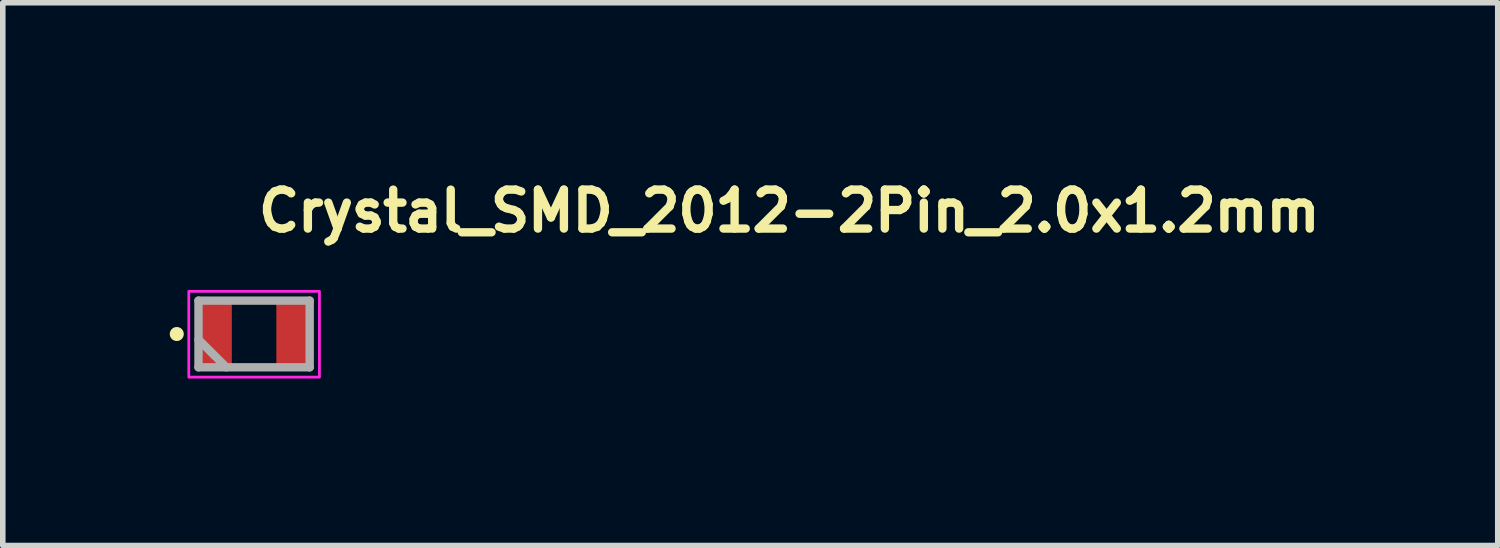
<source format=kicad_pcb>
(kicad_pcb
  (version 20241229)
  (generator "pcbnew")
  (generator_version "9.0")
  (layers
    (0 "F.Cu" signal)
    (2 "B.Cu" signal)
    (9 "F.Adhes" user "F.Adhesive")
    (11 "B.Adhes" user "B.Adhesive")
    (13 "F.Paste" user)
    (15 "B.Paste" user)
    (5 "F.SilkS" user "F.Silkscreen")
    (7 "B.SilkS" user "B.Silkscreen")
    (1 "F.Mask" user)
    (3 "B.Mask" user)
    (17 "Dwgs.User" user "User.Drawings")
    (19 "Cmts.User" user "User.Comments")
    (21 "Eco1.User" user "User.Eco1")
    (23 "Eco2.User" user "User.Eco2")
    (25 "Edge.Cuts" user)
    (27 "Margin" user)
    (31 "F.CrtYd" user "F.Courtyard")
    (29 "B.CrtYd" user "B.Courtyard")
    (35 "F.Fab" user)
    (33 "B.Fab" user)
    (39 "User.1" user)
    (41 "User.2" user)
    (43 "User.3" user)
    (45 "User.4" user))
  (footprint "Crystal_SMD_2012-2Pin_2.0x1.2mm"
    (layer "F.Cu")
    (at 1.516 2.951)
    (property "Reference" "Crystal_SMD_2012-2Pin_2.0x1.2mm" (at 0 -1.801 0) (layer "F.SilkS") (effects (font (size 0.7 0.7) (thickness 0.15)) (justify left bottom)))
    (attr smd)
    (fp_circle (center -1.39 0) (end -1.339 0) (stroke (width 0.15) (type solid)) (fill yes) (layer "F.SilkS"))
    (fp_rect (start -1.174 -0.767) (end 1.173 0.775) (stroke (width 0.05) (type solid)) (fill no) (layer "F.CrtYd"))
    (fp_line (start -1 -0.6) (end -1 0.598) (stroke (width 0.15) (type solid)) (layer "F.Fab"))
    (fp_line (start -1 0.1) (end -0.5 0.598) (stroke (width 0.15) (type solid)) (layer "F.Fab"))
    (fp_line (start -1 0.598) (end 0.998 0.598) (stroke (width 0.15) (type solid)) (layer "F.Fab"))
    (fp_line (start 0.998 -0.6) (end -1 -0.6) (stroke (width 0.15) (type solid)) (layer "F.Fab"))
    (fp_line (start 0.998 0.598) (end 0.998 -0.6) (stroke (width 0.15) (type solid)) (layer "F.Fab"))
    (fp_rect (start -1.004 -0.597) (end 1.003 0.595) (stroke (width 0.1) (type solid)) (fill no) (layer "User.5"))
    (fp_line (start -1.004 -0.522) (end -1 -0.522) (stroke (width 0.02) (type solid)) (layer "User.9"))
    (fp_line (start -1.004 0.52) (end -1.004 -0.522) (stroke (width 0.02) (type solid)) (layer "User.9"))
    (fp_line (start -1 -0.522) (end -0.996 -0.523) (stroke (width 0.02) (type solid)) (layer "User.9"))
    (fp_line (start -1 0.52) (end -1.004 0.52) (stroke (width 0.02) (type solid)) (layer "User.9"))
    (fp_line (start -0.996 -0.523) (end -0.992 -0.523) (stroke (width 0.02) (type solid)) (layer "User.9"))
    (fp_line (start -0.996 0.521) (end -1 0.52) (stroke (width 0.02) (type solid)) (layer "User.9"))
    (fp_line (start -0.992 -0.523) (end -0.988 -0.524) (stroke (width 0.02) (type solid)) (layer "User.9"))
    (fp_line (start -0.992 0.521) (end -0.996 0.521) (stroke (width 0.02) (type solid)) (layer "User.9"))
    (fp_line (start -0.988 -0.524) (end -0.985 -0.525) (stroke (width 0.02) (type solid)) (layer "User.9"))
    (fp_line (start -0.988 0.522) (end -0.992 0.521) (stroke (width 0.02) (type solid)) (layer "User.9"))
    (fp_line (start -0.985 -0.525) (end -0.981 -0.526) (stroke (width 0.02) (type solid)) (layer "User.9"))
    (fp_line (start -0.985 0.523) (end -0.988 0.522) (stroke (width 0.02) (type solid)) (layer "User.9"))
    (fp_line (start -0.981 -0.526) (end -0.978 -0.527) (stroke (width 0.02) (type solid)) (layer "User.9"))
    (fp_line (start -0.981 0.524) (end -0.985 0.523) (stroke (width 0.02) (type solid)) (layer "User.9"))
    (fp_line (start -0.978 -0.527) (end -0.974 -0.528) (stroke (width 0.02) (type solid)) (layer "User.9"))
    (fp_line (start -0.978 0.525) (end -0.981 0.524) (stroke (width 0.02) (type solid)) (layer "User.9"))
    (fp_line (start -0.974 -0.528) (end -0.971 -0.53) (stroke (width 0.02) (type solid)) (layer "User.9"))
    (fp_line (start -0.974 0.526) (end -0.978 0.525) (stroke (width 0.02) (type solid)) (layer "User.9"))
    (fp_line (start -0.971 -0.53) (end -0.967 -0.531) (stroke (width 0.02) (type solid)) (layer "User.9"))
    (fp_line (start -0.971 0.528) (end -0.974 0.526) (stroke (width 0.02) (type solid)) (layer "User.9"))
    (fp_line (start -0.967 -0.531) (end -0.964 -0.533) (stroke (width 0.02) (type solid)) (layer "User.9"))
    (fp_line (start -0.967 0.529) (end -0.971 0.528) (stroke (width 0.02) (type solid)) (layer "User.9"))
    (fp_line (start -0.964 -0.533) (end -0.961 -0.535) (stroke (width 0.02) (type solid)) (layer "User.9"))
    (fp_line (start -0.964 0.531) (end -0.967 0.529) (stroke (width 0.02) (type solid)) (layer "User.9"))
    (fp_line (start -0.961 -0.535) (end -0.959 -0.537) (stroke (width 0.02) (type solid)) (layer "User.9"))
    (fp_line (start -0.961 0.533) (end -0.964 0.531) (stroke (width 0.02) (type solid)) (layer "User.9"))
    (fp_line (start -0.959 -0.537) (end -0.956 -0.54) (stroke (width 0.02) (type solid)) (layer "User.9"))
    (fp_line (start -0.959 0.535) (end -0.961 0.533) (stroke (width 0.02) (type solid)) (layer "User.9"))
    (fp_line (start -0.956 -0.54) (end -0.954 -0.542) (stroke (width 0.02) (type solid)) (layer "User.9"))
    (fp_line (start -0.956 0.538) (end -0.959 0.535) (stroke (width 0.02) (type solid)) (layer "User.9"))
    (fp_line (start -0.954 -0.542) (end -0.951 -0.545) (stroke (width 0.02) (type solid)) (layer "User.9"))
    (fp_line (start -0.954 0.54) (end -0.956 0.538) (stroke (width 0.02) (type solid)) (layer "User.9"))
    (fp_line (start -0.951 -0.545) (end -0.948 -0.547) (stroke (width 0.02) (type solid)) (layer "User.9"))
    (fp_line (start -0.951 0.543) (end -0.954 0.54) (stroke (width 0.02) (type solid)) (layer "User.9"))
    (fp_line (start -0.948 -0.547) (end -0.946 -0.55) (stroke (width 0.02) (type solid)) (layer "User.9"))
    (fp_line (start -0.948 0.545) (end -0.951 0.543) (stroke (width 0.02) (type solid)) (layer "User.9"))
    (fp_line (start -0.946 -0.55) (end -0.944 -0.553) (stroke (width 0.02) (type solid)) (layer "User.9"))
    (fp_line (start -0.946 0.548) (end -0.948 0.545) (stroke (width 0.02) (type solid)) (layer "User.9"))
    (fp_line (start -0.944 -0.553) (end -0.942 -0.556) (stroke (width 0.02) (type solid)) (layer "User.9"))
    (fp_line (start -0.944 0.551) (end -0.946 0.548) (stroke (width 0.02) (type solid)) (layer "User.9"))
    (fp_line (start -0.942 -0.556) (end -0.94 -0.559) (stroke (width 0.02) (type solid)) (layer "User.9"))
    (fp_line (start -0.942 0.554) (end -0.944 0.551) (stroke (width 0.02) (type solid)) (layer "User.9"))
    (fp_line (start -0.94 -0.559) (end -0.938 -0.562) (stroke (width 0.02) (type solid)) (layer "User.9"))
    (fp_line (start -0.94 0.557) (end -0.942 0.554) (stroke (width 0.02) (type solid)) (layer "User.9"))
    (fp_line (start -0.938 -0.562) (end -0.936 -0.565) (stroke (width 0.02) (type solid)) (layer "User.9"))
    (fp_line (start -0.938 0.56) (end -0.94 0.557) (stroke (width 0.02) (type solid)) (layer "User.9"))
    (fp_line (start -0.936 -0.565) (end -0.935 -0.569) (stroke (width 0.02) (type solid)) (layer "User.9"))
    (fp_line (start -0.936 0.563) (end -0.938 0.56) (stroke (width 0.02) (type solid)) (layer "User.9"))
    (fp_line (start -0.935 -0.569) (end -0.933 -0.572) (stroke (width 0.02) (type solid)) (layer "User.9"))
    (fp_line (start -0.935 0.567) (end -0.936 0.563) (stroke (width 0.02) (type solid)) (layer "User.9"))
    (fp_line (start -0.933 -0.572) (end -0.932 -0.576) (stroke (width 0.02) (type solid)) (layer "User.9"))
    (fp_line (start -0.933 0.57) (end -0.935 0.567) (stroke (width 0.02) (type solid)) (layer "User.9"))
    (fp_line (start -0.932 -0.576) (end -0.931 -0.578) (stroke (width 0.02) (type solid)) (layer "User.9"))
    (fp_line (start -0.932 0.574) (end -0.933 0.57) (stroke (width 0.02) (type solid)) (layer "User.9"))
    (fp_line (start -0.931 -0.578) (end -0.93 -0.582) (stroke (width 0.02) (type solid)) (layer "User.9"))
    (fp_line (start -0.931 0.576) (end -0.932 0.574) (stroke (width 0.02) (type solid)) (layer "User.9"))
    (fp_line (start -0.93 -0.582) (end -0.929 -0.586) (stroke (width 0.02) (type solid)) (layer "User.9"))
    (fp_line (start -0.93 0.58) (end -0.931 0.576) (stroke (width 0.02) (type solid)) (layer "User.9"))
    (fp_line (start -0.929 -0.597) (end 0.927 -0.597) (stroke (width 0.02) (type solid)) (layer "User.9"))
    (fp_line (start -0.929 -0.593) (end -0.929 -0.597) (stroke (width 0.02) (type solid)) (layer "User.9"))
    (fp_line (start -0.929 -0.59) (end -0.929 -0.593) (stroke (width 0.02) (type solid)) (layer "User.9"))
    (fp_line (start -0.929 -0.586) (end -0.929 -0.59) (stroke (width 0.02) (type solid)) (layer "User.9"))
    (fp_line (start -0.929 0.584) (end -0.93 0.58) (stroke (width 0.02) (type solid)) (layer "User.9"))
    (fp_line (start -0.929 0.588) (end -0.929 0.584) (stroke (width 0.02) (type solid)) (layer "User.9"))
    (fp_line (start -0.929 0.591) (end -0.929 0.588) (stroke (width 0.02) (type solid)) (layer "User.9"))
    (fp_line (start -0.929 0.595) (end -0.929 0.591) (stroke (width 0.02) (type solid)) (layer "User.9"))
    (fp_line (start -0.916 -0.44) (end -0.916 -0.436) (stroke (width 0.02) (type solid)) (layer "User.9"))
    (fp_line (start -0.916 -0.436) (end -0.916 -0.432) (stroke (width 0.02) (type solid)) (layer "User.9"))
    (fp_line (start -0.916 0.43) (end -0.916 -0.432) (stroke (width 0.02) (type solid)) (layer "User.9"))
    (fp_line (start -0.916 0.43) (end -0.916 0.434) (stroke (width 0.02) (type solid)) (layer "User.9"))
    (fp_line (start -0.916 0.434) (end -0.916 0.438) (stroke (width 0.02) (type solid)) (layer "User.9"))
    (fp_line (start -0.916 0.438) (end -0.915 0.442) (stroke (width 0.02) (type solid)) (layer "User.9"))
    (fp_line (start -0.915 -0.444) (end -0.916 -0.44) (stroke (width 0.02) (type solid)) (layer "User.9"))
    (fp_line (start -0.915 0.442) (end -0.914 0.445) (stroke (width 0.02) (type solid)) (layer "User.9"))
    (fp_line (start -0.914 -0.452) (end -0.914 -0.447) (stroke (width 0.02) (type solid)) (layer "User.9"))
    (fp_line (start -0.914 -0.447) (end -0.915 -0.444) (stroke (width 0.02) (type solid)) (layer "User.9"))
    (fp_line (start -0.914 0.445) (end -0.914 0.45) (stroke (width 0.02) (type solid)) (layer "User.9"))
    (fp_line (start -0.914 0.45) (end -0.913 0.453) (stroke (width 0.02) (type solid)) (layer "User.9"))
    (fp_line (start -0.913 -0.455) (end -0.914 -0.452) (stroke (width 0.02) (type solid)) (layer "User.9"))
    (fp_line (start -0.913 0.453) (end -0.911 0.457) (stroke (width 0.02) (type solid)) (layer "User.9"))
    (fp_line (start -0.911 -0.459) (end -0.913 -0.455) (stroke (width 0.02) (type solid)) (layer "User.9"))
    (fp_line (start -0.911 0.457) (end -0.91 0.46) (stroke (width 0.02) (type solid)) (layer "User.9"))
    (fp_line (start -0.91 -0.462) (end -0.911 -0.459) (stroke (width 0.02) (type solid)) (layer "User.9"))
    (fp_line (start -0.91 0.46) (end -0.909 0.464) (stroke (width 0.02) (type solid)) (layer "User.9"))
    (fp_line (start -0.909 -0.466) (end -0.91 -0.462) (stroke (width 0.02) (type solid)) (layer "User.9"))
    (fp_line (start -0.909 0.464) (end -0.907 0.467) (stroke (width 0.02) (type solid)) (layer "User.9"))
    (fp_line (start -0.907 -0.469) (end -0.909 -0.466) (stroke (width 0.02) (type solid)) (layer "User.9"))
    (fp_line (start -0.907 0.467) (end -0.905 0.47) (stroke (width 0.02) (type solid)) (layer "User.9"))
    (fp_line (start -0.905 -0.472) (end -0.907 -0.469) (stroke (width 0.02) (type solid)) (layer "User.9"))
    (fp_line (start -0.905 0.47) (end -0.903 0.474) (stroke (width 0.02) (type solid)) (layer "User.9"))
    (fp_line (start -0.903 -0.476) (end -0.905 -0.472) (stroke (width 0.02) (type solid)) (layer "User.9"))
    (fp_line (start -0.903 0.474) (end -0.901 0.477) (stroke (width 0.02) (type solid)) (layer "User.9"))
    (fp_line (start -0.901 -0.479) (end -0.903 -0.476) (stroke (width 0.02) (type solid)) (layer "User.9"))
    (fp_line (start -0.901 0.477) (end -0.899 0.479) (stroke (width 0.02) (type solid)) (layer "User.9"))
    (fp_line (start -0.899 -0.481) (end -0.901 -0.479) (stroke (width 0.02) (type solid)) (layer "User.9"))
    (fp_line (start -0.899 0.479) (end -0.895 0.481) (stroke (width 0.02) (type solid)) (layer "User.9"))
    (fp_line (start -0.895 -0.483) (end -0.899 -0.481) (stroke (width 0.02) (type solid)) (layer "User.9"))
    (fp_line (start -0.895 0.481) (end -0.893 0.484) (stroke (width 0.02) (type solid)) (layer "User.9"))
    (fp_line (start -0.893 -0.486) (end -0.895 -0.483) (stroke (width 0.02) (type solid)) (layer "User.9"))
    (fp_line (start -0.893 -0.486) (end -0.893 -0.486) (stroke (width 0.02) (type solid)) (layer "User.9"))
    (fp_line (start -0.893 0.484) (end -0.893 0.484) (stroke (width 0.02) (type solid)) (layer "User.9"))
    (fp_line (start -0.893 0.484) (end -0.89 0.487) (stroke (width 0.02) (type solid)) (layer "User.9"))
    (fp_line (start -0.89 -0.489) (end -0.893 -0.486) (stroke (width 0.02) (type solid)) (layer "User.9"))
    (fp_line (start -0.89 0.487) (end -0.887 0.489) (stroke (width 0.02) (type solid)) (layer "User.9"))
    (fp_line (start -0.887 -0.491) (end -0.89 -0.489) (stroke (width 0.02) (type solid)) (layer "User.9"))
    (fp_line (start -0.887 0.489) (end -0.884 0.492) (stroke (width 0.02) (type solid)) (layer "User.9"))
    (fp_line (start -0.884 -0.494) (end -0.887 -0.491) (stroke (width 0.02) (type solid)) (layer "User.9"))
    (fp_line (start -0.884 0.492) (end -0.881 0.494) (stroke (width 0.02) (type solid)) (layer "User.9"))
    (fp_line (start -0.881 -0.496) (end -0.884 -0.494) (stroke (width 0.02) (type solid)) (layer "User.9"))
    (fp_line (start -0.881 0.494) (end -0.878 0.496) (stroke (width 0.02) (type solid)) (layer "User.9"))
    (fp_line (start -0.878 -0.498) (end -0.881 -0.496) (stroke (width 0.02) (type solid)) (layer "User.9"))
    (fp_line (start -0.878 0.496) (end -0.875 0.498) (stroke (width 0.02) (type solid)) (layer "User.9"))
    (fp_line (start -0.875 -0.5) (end -0.878 -0.498) (stroke (width 0.02) (type solid)) (layer "User.9"))
    (fp_line (start -0.875 0.498) (end -0.871 0.499) (stroke (width 0.02) (type solid)) (layer "User.9"))
    (fp_line (start -0.871 -0.501) (end -0.875 -0.5) (stroke (width 0.02) (type solid)) (layer "User.9"))
    (fp_line (start -0.871 0.499) (end -0.868 0.501) (stroke (width 0.02) (type solid)) (layer "User.9"))
    (fp_line (start -0.868 -0.503) (end -0.871 -0.501) (stroke (width 0.02) (type solid)) (layer "User.9"))
    (fp_line (start -0.868 0.501) (end -0.864 0.502) (stroke (width 0.02) (type solid)) (layer "User.9"))
    (fp_line (start -0.864 -0.504) (end -0.868 -0.503) (stroke (width 0.02) (type solid)) (layer "User.9"))
    (fp_line (start -0.864 0.502) (end -0.861 0.503) (stroke (width 0.02) (type solid)) (layer "User.9"))
    (fp_line (start -0.861 -0.505) (end -0.864 -0.504) (stroke (width 0.02) (type solid)) (layer "User.9"))
    (fp_line (start -0.861 0.503) (end -0.857 0.504) (stroke (width 0.02) (type solid)) (layer "User.9"))
    (fp_line (start -0.857 -0.506) (end -0.861 -0.505) (stroke (width 0.02) (type solid)) (layer "User.9"))
    (fp_line (start -0.857 0.504) (end -0.854 0.505) (stroke (width 0.02) (type solid)) (layer "User.9"))
    (fp_line (start -0.854 -0.507) (end -0.857 -0.506) (stroke (width 0.02) (type solid)) (layer "User.9"))
    (fp_line (start -0.854 0.505) (end -0.85 0.506) (stroke (width 0.02) (type solid)) (layer "User.9"))
    (fp_line (start -0.85 -0.508) (end -0.854 -0.507) (stroke (width 0.02) (type solid)) (layer "User.9"))
    (fp_line (start -0.85 0.506) (end -0.846 0.506) (stroke (width 0.02) (type solid)) (layer "User.9"))
    (fp_line (start -0.846 -0.508) (end -0.85 -0.508) (stroke (width 0.02) (type solid)) (layer "User.9"))
    (fp_line (start -0.846 0.506) (end -0.842 0.506) (stroke (width 0.02) (type solid)) (layer "User.9"))
    (fp_line (start -0.842 -0.508) (end -0.846 -0.508) (stroke (width 0.02) (type solid)) (layer "User.9"))
    (fp_line (start -0.842 0.506) (end -0.839 0.506) (stroke (width 0.02) (type solid)) (layer "User.9"))
    (fp_line (start -0.839 -0.508) (end -0.842 -0.508) (stroke (width 0.02) (type solid)) (layer "User.9"))
    (fp_line (start -0.839 -0.508) (end 0.837 -0.508) (stroke (width 0.02) (type solid)) (layer "User.9"))
    (fp_line (start 0.837 0.506) (end -0.839 0.506) (stroke (width 0.02) (type solid)) (layer "User.9"))
    (fp_line (start 0.837 0.506) (end 0.84 0.506) (stroke (width 0.02) (type solid)) (layer "User.9"))
    (fp_line (start 0.84 -0.508) (end 0.837 -0.508) (stroke (width 0.02) (type solid)) (layer "User.9"))
    (fp_line (start 0.84 0.506) (end 0.844 0.506) (stroke (width 0.02) (type solid)) (layer "User.9"))
    (fp_line (start 0.844 -0.508) (end 0.84 -0.508) (stroke (width 0.02) (type solid)) (layer "User.9"))
    (fp_line (start 0.844 0.506) (end 0.848 0.506) (stroke (width 0.02) (type solid)) (layer "User.9"))
    (fp_line (start 0.848 -0.508) (end 0.844 -0.508) (stroke (width 0.02) (type solid)) (layer "User.9"))
    (fp_line (start 0.848 0.506) (end 0.852 0.505) (stroke (width 0.02) (type solid)) (layer "User.9"))
    (fp_line (start 0.852 -0.507) (end 0.848 -0.508) (stroke (width 0.02) (type solid)) (layer "User.9"))
    (fp_line (start 0.852 0.505) (end 0.855 0.504) (stroke (width 0.02) (type solid)) (layer "User.9"))
    (fp_line (start 0.855 -0.506) (end 0.852 -0.507) (stroke (width 0.02) (type solid)) (layer "User.9"))
    (fp_line (start 0.855 0.504) (end 0.859 0.503) (stroke (width 0.02) (type solid)) (layer "User.9"))
    (fp_line (start 0.859 -0.505) (end 0.855 -0.506) (stroke (width 0.02) (type solid)) (layer "User.9"))
    (fp_line (start 0.859 0.503) (end 0.862 0.502) (stroke (width 0.02) (type solid)) (layer "User.9"))
    (fp_line (start 0.862 -0.504) (end 0.859 -0.505) (stroke (width 0.02) (type solid)) (layer "User.9"))
    (fp_line (start 0.862 0.502) (end 0.866 0.501) (stroke (width 0.02) (type solid)) (layer "User.9"))
    (fp_line (start 0.866 -0.503) (end 0.862 -0.504) (stroke (width 0.02) (type solid)) (layer "User.9"))
    (fp_line (start 0.866 0.501) (end 0.869 0.499) (stroke (width 0.02) (type solid)) (layer "User.9"))
    (fp_line (start 0.869 -0.501) (end 0.866 -0.503) (stroke (width 0.02) (type solid)) (layer "User.9"))
    (fp_line (start 0.869 0.499) (end 0.873 0.498) (stroke (width 0.02) (type solid)) (layer "User.9"))
    (fp_line (start 0.873 -0.5) (end 0.869 -0.501) (stroke (width 0.02) (type solid)) (layer "User.9"))
    (fp_line (start 0.873 0.498) (end 0.876 0.496) (stroke (width 0.02) (type solid)) (layer "User.9"))
    (fp_line (start 0.876 -0.498) (end 0.873 -0.5) (stroke (width 0.02) (type solid)) (layer "User.9"))
    (fp_line (start 0.876 0.496) (end 0.879 0.494) (stroke (width 0.02) (type solid)) (layer "User.9"))
    (fp_line (start 0.879 -0.496) (end 0.876 -0.498) (stroke (width 0.02) (type solid)) (layer "User.9"))
    (fp_line (start 0.879 0.494) (end 0.882 0.492) (stroke (width 0.02) (type solid)) (layer "User.9"))
    (fp_line (start 0.882 -0.494) (end 0.879 -0.496) (stroke (width 0.02) (type solid)) (layer "User.9"))
    (fp_line (start 0.882 0.492) (end 0.885 0.489) (stroke (width 0.02) (type solid)) (layer "User.9"))
    (fp_line (start 0.885 -0.491) (end 0.882 -0.494) (stroke (width 0.02) (type solid)) (layer "User.9"))
    (fp_line (start 0.885 0.489) (end 0.888 0.487) (stroke (width 0.02) (type solid)) (layer "User.9"))
    (fp_line (start 0.888 -0.489) (end 0.885 -0.491) (stroke (width 0.02) (type solid)) (layer "User.9"))
    (fp_line (start 0.888 0.487) (end 0.891 0.484) (stroke (width 0.02) (type solid)) (layer "User.9"))
    (fp_line (start 0.891 -0.486) (end 0.888 -0.489) (stroke (width 0.02) (type solid)) (layer "User.9"))
    (fp_line (start 0.891 -0.486) (end 0.891 -0.486) (stroke (width 0.02) (type solid)) (layer "User.9"))
    (fp_line (start 0.891 0.484) (end 0.891 0.484) (stroke (width 0.02) (type solid)) (layer "User.9"))
    (fp_line (start 0.891 0.484) (end 0.893 0.481) (stroke (width 0.02) (type solid)) (layer "User.9"))
    (fp_line (start 0.893 -0.483) (end 0.891 -0.486) (stroke (width 0.02) (type solid)) (layer "User.9"))
    (fp_line (start 0.893 0.481) (end 0.897 0.479) (stroke (width 0.02) (type solid)) (layer "User.9"))
    (fp_line (start 0.897 -0.481) (end 0.893 -0.483) (stroke (width 0.02) (type solid)) (layer "User.9"))
    (fp_line (start 0.897 0.479) (end 0.899 0.477) (stroke (width 0.02) (type solid)) (layer "User.9"))
    (fp_line (start 0.899 -0.479) (end 0.897 -0.481) (stroke (width 0.02) (type solid)) (layer "User.9"))
    (fp_line (start 0.899 0.477) (end 0.901 0.474) (stroke (width 0.02) (type solid)) (layer "User.9"))
    (fp_line (start 0.901 -0.476) (end 0.899 -0.479) (stroke (width 0.02) (type solid)) (layer "User.9"))
    (fp_line (start 0.901 0.474) (end 0.903 0.47) (stroke (width 0.02) (type solid)) (layer "User.9"))
    (fp_line (start 0.903 -0.472) (end 0.901 -0.476) (stroke (width 0.02) (type solid)) (layer "User.9"))
    (fp_line (start 0.903 0.47) (end 0.905 0.467) (stroke (width 0.02) (type solid)) (layer "User.9"))
    (fp_line (start 0.905 -0.469) (end 0.903 -0.472) (stroke (width 0.02) (type solid)) (layer "User.9"))
    (fp_line (start 0.905 0.467) (end 0.907 0.464) (stroke (width 0.02) (type solid)) (layer "User.9"))
    (fp_line (start 0.907 -0.466) (end 0.905 -0.469) (stroke (width 0.02) (type solid)) (layer "User.9"))
    (fp_line (start 0.907 0.464) (end 0.908 0.46) (stroke (width 0.02) (type solid)) (layer "User.9"))
    (fp_line (start 0.908 -0.462) (end 0.907 -0.466) (stroke (width 0.02) (type solid)) (layer "User.9"))
    (fp_line (start 0.908 0.46) (end 0.909 0.457) (stroke (width 0.02) (type solid)) (layer "User.9"))
    (fp_line (start 0.909 -0.459) (end 0.908 -0.462) (stroke (width 0.02) (type solid)) (layer "User.9"))
    (fp_line (start 0.909 0.457) (end 0.911 0.453) (stroke (width 0.02) (type solid)) (layer "User.9"))
    (fp_line (start 0.911 -0.455) (end 0.909 -0.459) (stroke (width 0.02) (type solid)) (layer "User.9"))
    (fp_line (start 0.911 0.453) (end 0.912 0.45) (stroke (width 0.02) (type solid)) (layer "User.9"))
    (fp_line (start 0.912 -0.452) (end 0.911 -0.455) (stroke (width 0.02) (type solid)) (layer "User.9"))
    (fp_line (start 0.912 -0.447) (end 0.912 -0.452) (stroke (width 0.02) (type solid)) (layer "User.9"))
    (fp_line (start 0.912 0.445) (end 0.913 0.442) (stroke (width 0.02) (type solid)) (layer "User.9"))
    (fp_line (start 0.912 0.45) (end 0.912 0.445) (stroke (width 0.02) (type solid)) (layer "User.9"))
    (fp_line (start 0.913 -0.444) (end 0.912 -0.447) (stroke (width 0.02) (type solid)) (layer "User.9"))
    (fp_line (start 0.913 0.442) (end 0.914 0.438) (stroke (width 0.02) (type solid)) (layer "User.9"))
    (fp_line (start 0.914 -0.44) (end 0.913 -0.444) (stroke (width 0.02) (type solid)) (layer "User.9"))
    (fp_line (start 0.914 -0.436) (end 0.914 -0.44) (stroke (width 0.02) (type solid)) (layer "User.9"))
    (fp_line (start 0.914 -0.432) (end 0.914 -0.436) (stroke (width 0.02) (type solid)) (layer "User.9"))
    (fp_line (start 0.914 -0.432) (end 0.914 0.43) (stroke (width 0.02) (type solid)) (layer "User.9"))
    (fp_line (start 0.914 0.434) (end 0.914 0.43) (stroke (width 0.02) (type solid)) (layer "User.9"))
    (fp_line (start 0.914 0.438) (end 0.914 0.434) (stroke (width 0.02) (type solid)) (layer "User.9"))
    (fp_line (start 0.927 -0.597) (end 0.927 -0.593) (stroke (width 0.02) (type solid)) (layer "User.9"))
    (fp_line (start 0.927 -0.593) (end 0.927 -0.59) (stroke (width 0.02) (type solid)) (layer "User.9"))
    (fp_line (start 0.927 -0.59) (end 0.927 -0.586) (stroke (width 0.02) (type solid)) (layer "User.9"))
    (fp_line (start 0.927 -0.586) (end 0.928 -0.582) (stroke (width 0.02) (type solid)) (layer "User.9"))
    (fp_line (start 0.927 0.584) (end 0.927 0.588) (stroke (width 0.02) (type solid)) (layer "User.9"))
    (fp_line (start 0.927 0.588) (end 0.927 0.591) (stroke (width 0.02) (type solid)) (layer "User.9"))
    (fp_line (start 0.927 0.591) (end 0.927 0.595) (stroke (width 0.02) (type solid)) (layer "User.9"))
    (fp_line (start 0.927 0.595) (end -0.929 0.595) (stroke (width 0.02) (type solid)) (layer "User.9"))
    (fp_line (start 0.928 -0.582) (end 0.929 -0.578) (stroke (width 0.02) (type solid)) (layer "User.9"))
    (fp_line (start 0.928 0.58) (end 0.927 0.584) (stroke (width 0.02) (type solid)) (layer "User.9"))
    (fp_line (start 0.929 -0.578) (end 0.93 -0.576) (stroke (width 0.02) (type solid)) (layer "User.9"))
    (fp_line (start 0.929 0.576) (end 0.928 0.58) (stroke (width 0.02) (type solid)) (layer "User.9"))
    (fp_line (start 0.93 -0.576) (end 0.931 -0.572) (stroke (width 0.02) (type solid)) (layer "User.9"))
    (fp_line (start 0.93 0.574) (end 0.929 0.576) (stroke (width 0.02) (type solid)) (layer "User.9"))
    (fp_line (start 0.931 -0.572) (end 0.933 -0.569) (stroke (width 0.02) (type solid)) (layer "User.9"))
    (fp_line (start 0.931 0.57) (end 0.93 0.574) (stroke (width 0.02) (type solid)) (layer "User.9"))
    (fp_line (start 0.933 -0.569) (end 0.934 -0.565) (stroke (width 0.02) (type solid)) (layer "User.9"))
    (fp_line (start 0.933 0.567) (end 0.931 0.57) (stroke (width 0.02) (type solid)) (layer "User.9"))
    (fp_line (start 0.934 -0.565) (end 0.936 -0.562) (stroke (width 0.02) (type solid)) (layer "User.9"))
    (fp_line (start 0.934 0.563) (end 0.933 0.567) (stroke (width 0.02) (type solid)) (layer "User.9"))
    (fp_line (start 0.936 -0.562) (end 0.938 -0.559) (stroke (width 0.02) (type solid)) (layer "User.9"))
    (fp_line (start 0.936 0.56) (end 0.934 0.563) (stroke (width 0.02) (type solid)) (layer "User.9"))
    (fp_line (start 0.938 -0.559) (end 0.94 -0.556) (stroke (width 0.02) (type solid)) (layer "User.9"))
    (fp_line (start 0.938 0.557) (end 0.936 0.56) (stroke (width 0.02) (type solid)) (layer "User.9"))
    (fp_line (start 0.94 -0.556) (end 0.942 -0.553) (stroke (width 0.02) (type solid)) (layer "User.9"))
    (fp_line (start 0.94 0.554) (end 0.938 0.557) (stroke (width 0.02) (type solid)) (layer "User.9"))
    (fp_line (start 0.942 -0.553) (end 0.944 -0.55) (stroke (width 0.02) (type solid)) (layer "User.9"))
    (fp_line (start 0.942 0.551) (end 0.94 0.554) (stroke (width 0.02) (type solid)) (layer "User.9"))
    (fp_line (start 0.944 -0.55) (end 0.946 -0.547) (stroke (width 0.02) (type solid)) (layer "User.9"))
    (fp_line (start 0.944 0.548) (end 0.942 0.551) (stroke (width 0.02) (type solid)) (layer "User.9"))
    (fp_line (start 0.946 -0.547) (end 0.949 -0.545) (stroke (width 0.02) (type solid)) (layer "User.9"))
    (fp_line (start 0.946 0.545) (end 0.944 0.548) (stroke (width 0.02) (type solid)) (layer "User.9"))
    (fp_line (start 0.949 -0.545) (end 0.952 -0.542) (stroke (width 0.02) (type solid)) (layer "User.9"))
    (fp_line (start 0.949 0.543) (end 0.946 0.545) (stroke (width 0.02) (type solid)) (layer "User.9"))
    (fp_line (start 0.952 -0.542) (end 0.954 -0.54) (stroke (width 0.02) (type solid)) (layer "User.9"))
    (fp_line (start 0.952 0.54) (end 0.949 0.543) (stroke (width 0.02) (type solid)) (layer "User.9"))
    (fp_line (start 0.954 -0.54) (end 0.957 -0.537) (stroke (width 0.02) (type solid)) (layer "User.9"))
    (fp_line (start 0.954 0.538) (end 0.952 0.54) (stroke (width 0.02) (type solid)) (layer "User.9"))
    (fp_line (start 0.957 -0.537) (end 0.959 -0.535) (stroke (width 0.02) (type solid)) (layer "User.9"))
    (fp_line (start 0.957 0.535) (end 0.954 0.538) (stroke (width 0.02) (type solid)) (layer "User.9"))
    (fp_line (start 0.959 -0.535) (end 0.962 -0.533) (stroke (width 0.02) (type solid)) (layer "User.9"))
    (fp_line (start 0.959 0.533) (end 0.957 0.535) (stroke (width 0.02) (type solid)) (layer "User.9"))
    (fp_line (start 0.962 -0.533) (end 0.965 -0.531) (stroke (width 0.02) (type solid)) (layer "User.9"))
    (fp_line (start 0.962 0.531) (end 0.959 0.533) (stroke (width 0.02) (type solid)) (layer "User.9"))
    (fp_line (start 0.965 -0.531) (end 0.969 -0.53) (stroke (width 0.02) (type solid)) (layer "User.9"))
    (fp_line (start 0.965 0.529) (end 0.962 0.531) (stroke (width 0.02) (type solid)) (layer "User.9"))
    (fp_line (start 0.969 -0.53) (end 0.972 -0.528) (stroke (width 0.02) (type solid)) (layer "User.9"))
    (fp_line (start 0.969 0.528) (end 0.965 0.529) (stroke (width 0.02) (type solid)) (layer "User.9"))
    (fp_line (start 0.972 -0.528) (end 0.976 -0.527) (stroke (width 0.02) (type solid)) (layer "User.9"))
    (fp_line (start 0.972 0.526) (end 0.969 0.528) (stroke (width 0.02) (type solid)) (layer "User.9"))
    (fp_line (start 0.976 -0.527) (end 0.979 -0.526) (stroke (width 0.02) (type solid)) (layer "User.9"))
    (fp_line (start 0.976 0.525) (end 0.972 0.526) (stroke (width 0.02) (type solid)) (layer "User.9"))
    (fp_line (start 0.979 -0.526) (end 0.983 -0.525) (stroke (width 0.02) (type solid)) (layer "User.9"))
    (fp_line (start 0.979 0.524) (end 0.976 0.525) (stroke (width 0.02) (type solid)) (layer "User.9"))
    (fp_line (start 0.983 -0.525) (end 0.986 -0.524) (stroke (width 0.02) (type solid)) (layer "User.9"))
    (fp_line (start 0.983 0.523) (end 0.979 0.524) (stroke (width 0.02) (type solid)) (layer "User.9"))
    (fp_line (start 0.986 -0.524) (end 0.99 -0.523) (stroke (width 0.02) (type solid)) (layer "User.9"))
    (fp_line (start 0.986 0.522) (end 0.983 0.523) (stroke (width 0.02) (type solid)) (layer "User.9"))
    (fp_line (start 0.99 -0.523) (end 0.994 -0.523) (stroke (width 0.02) (type solid)) (layer "User.9"))
    (fp_line (start 0.99 0.521) (end 0.986 0.522) (stroke (width 0.02) (type solid)) (layer "User.9"))
    (fp_line (start 0.994 -0.523) (end 0.998 -0.522) (stroke (width 0.02) (type solid)) (layer "User.9"))
    (fp_line (start 0.994 0.521) (end 0.99 0.521) (stroke (width 0.02) (type solid)) (layer "User.9"))
    (fp_line (start 0.998 -0.522) (end 1.003 -0.522) (stroke (width 0.02) (type solid)) (layer "User.9"))
    (fp_line (start 0.998 0.52) (end 0.994 0.521) (stroke (width 0.02) (type solid)) (layer "User.9"))
    (fp_line (start 1.003 -0.522) (end 1.003 0.52) (stroke (width 0.02) (type solid)) (layer "User.9"))
    (fp_line (start 1.003 0.52) (end 0.998 0.52) (stroke (width 0.02) (type solid)) (layer "User.9"))
    (pad "1" smd rect (at -0.701 0) (size 0.6 1.1) (layers "F.Cu" "F.Mask" "F.Paste"))
    (pad "2" smd rect (at 0.699 0) (size 0.6 1.1) (layers "F.Cu" "F.Mask" "F.Paste")))
  (gr_rect
    (start -3 -3)
    (end 23.859 6.751)
    (stroke (width 0.1) (type default))
    (fill no)
    (layer "Edge.Cuts")))
</source>
